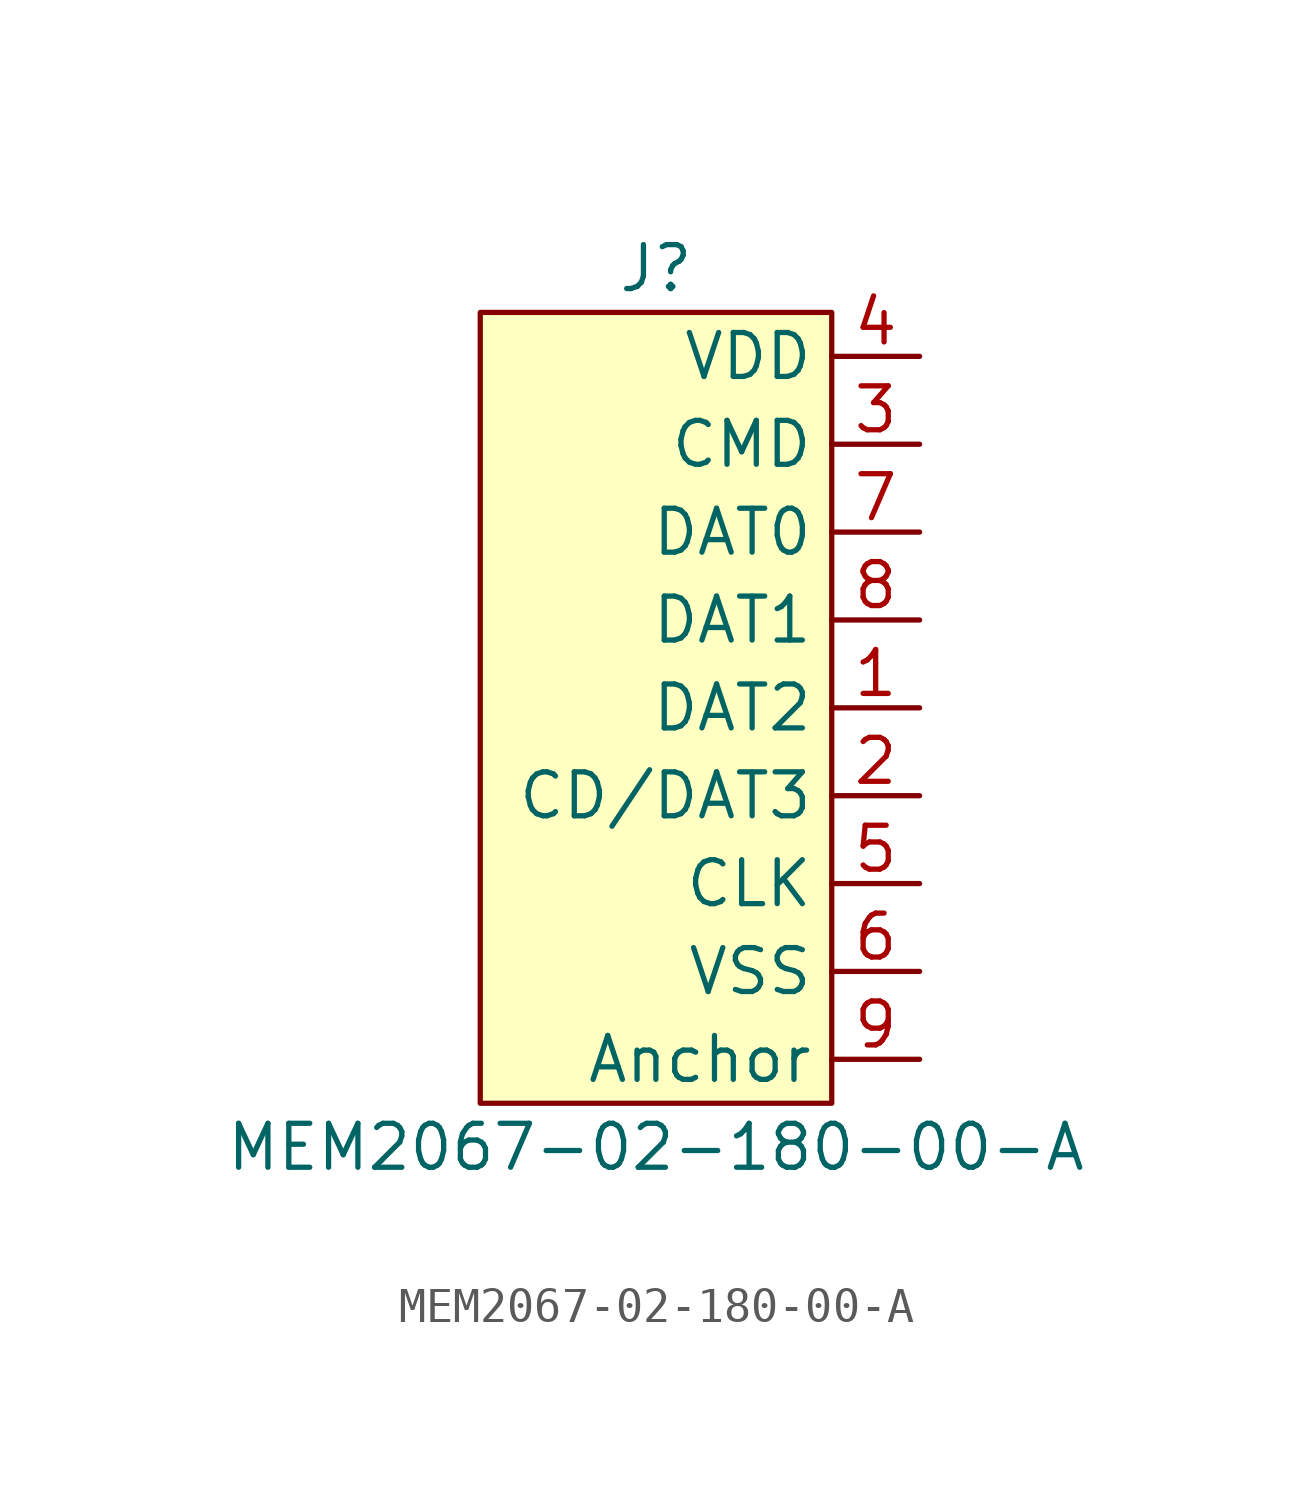
<source format=kicad_sym>
(kicad_symbol_lib
  (version 20211014)
  (generator kicad_symbol_editor)
  (symbol "MEM2067-02-180-00-A"
    (property "Reference" "J"
      (at 0 12.7 0)
      (effects (font (size 1.27 1.27))))
    (property "Value" "MEM2067-02-180-00-A"
      (at 0 -12.7 0)
      (effects (font (size 1.27 1.27))))
    (symbol "MEM2067-02-180-00-A_0_0"
      (rectangle (start -5.08 11.43) (end 5.08 -11.43) (stroke (width 0.152) (type default) (color 0 0 0 0)) (fill (type background))))
    (symbol "MEM2067-02-180-00-A_1_1"
      (pin bidirectional line (at 7.62 0 180) (length 2.54) (name "DAT2" (effects (font (size 1.27 1.27)))) (number "1" (effects (font (size 1.27 1.27)))))
      (pin bidirectional line (at 7.62 -2.54 180) (length 2.54) (name "CD/DAT3" (effects (font (size 1.27 1.27)))) (number "2" (effects (font (size 1.27 1.27)))))
      (pin bidirectional line (at 7.62 7.62 180) (length 2.54) (name "CMD" (effects (font (size 1.27 1.27)))) (number "3" (effects (font (size 1.27 1.27)))))
      (pin power_in line (at 7.62 10.16 180) (length 2.54) (name "VDD" (effects (font (size 1.27 1.27)))) (number "4" (effects (font (size 1.27 1.27)))))
      (pin input line (at 7.62 -5.08 180) (length 2.54) (name "CLK" (effects (font (size 1.27 1.27)))) (number "5" (effects (font (size 1.27 1.27)))))
      (pin power_in line (at 7.62 -7.62 180) (length 2.54) (name "VSS" (effects (font (size 1.27 1.27)))) (number "6" (effects (font (size 1.27 1.27)))))
      (pin bidirectional line (at 7.62 5.08 180) (length 2.54) (name "DAT0" (effects (font (size 1.27 1.27)))) (number "7" (effects (font (size 1.27 1.27)))))
      (pin bidirectional line (at 7.62 2.54 180) (length 2.54) (name "DAT1" (effects (font (size 1.27 1.27)))) (number "8" (effects (font (size 1.27 1.27)))))
      (pin passive line (at 7.62 -10.16 180) (length 2.54) (name "Anchor" (effects (font (size 1.27 1.27)))) (number "9" (effects (font (size 1.27 1.27))))))))
</source>
